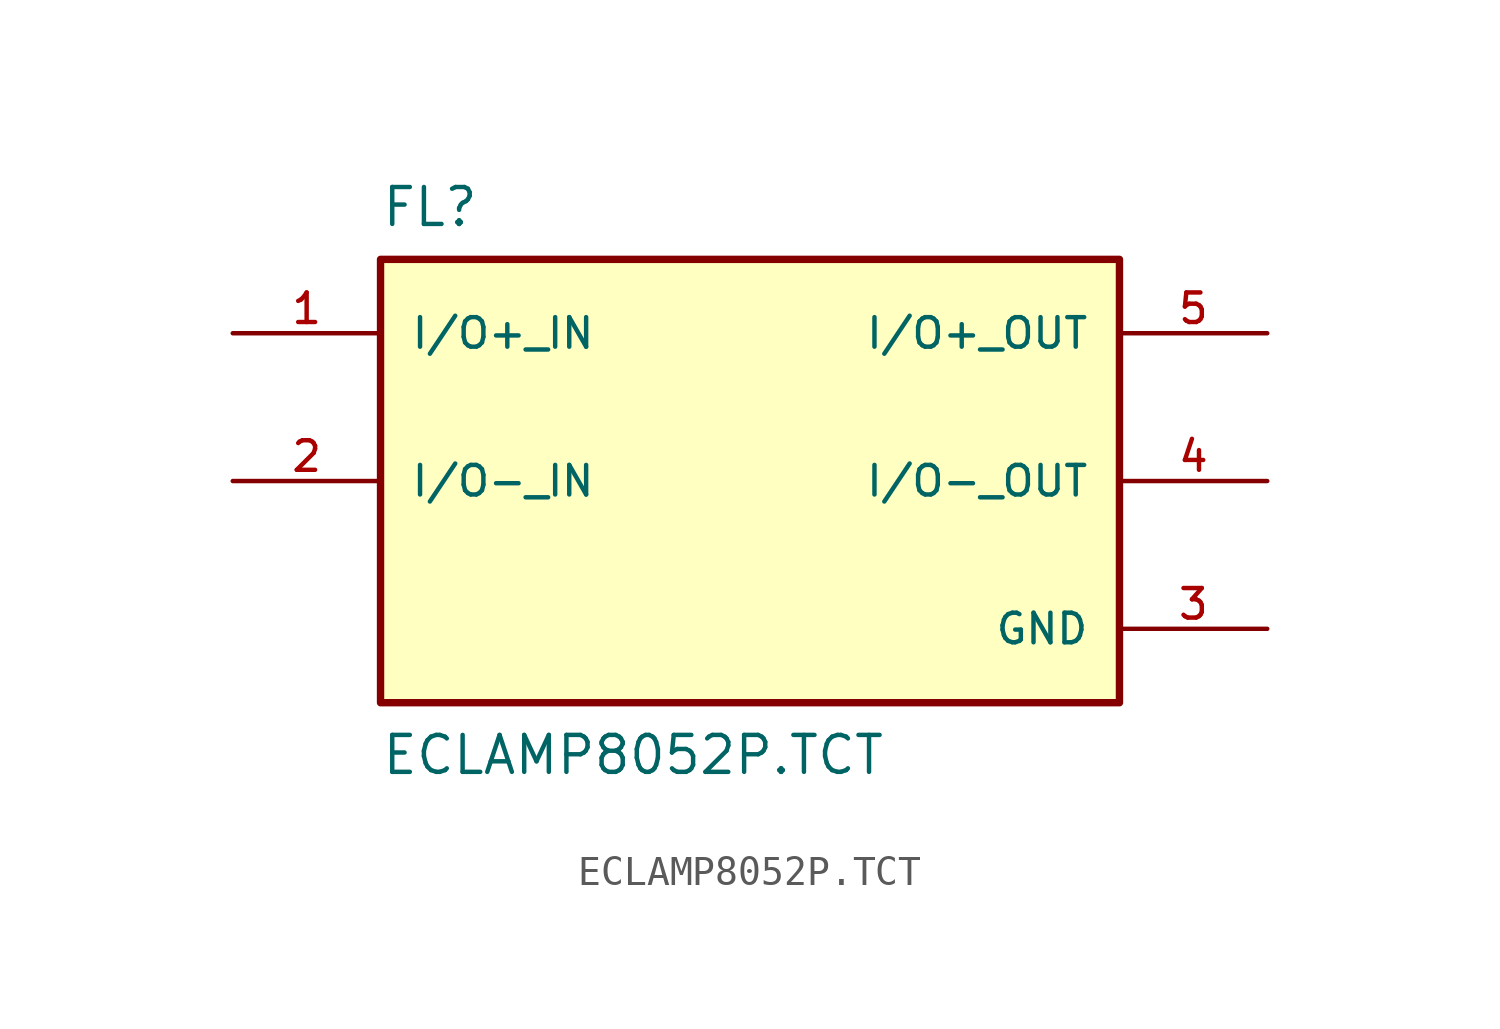
<source format=kicad_sym>
(kicad_symbol_lib
  (version 20211014)
  (generator kicad_symbol_editor)
  (symbol "ECLAMP8052P.TCT"
    (pin_names
      (offset 1.016))
    (property "Reference" "FL"
      (at -12.7 10.16 0)
      (effects (font (size 1.27 1.27)) (justify top left)))
    (property "Value" "ECLAMP8052P.TCT"
      (at -12.7 -10.16 0)
      (effects (font (size 1.27 1.27)) (justify bottom left)))
    (symbol "ECLAMP8052P.TCT_0_0"
      (rectangle (start -12.7 -7.62) (end 12.7 7.62) (stroke (width 0.254)) (fill (type background)))
      (pin input line (at -17.78 5.08 0) (length 5.08) (name "I/O+_IN" (effects (font (size 1.016 1.016)))) (number "1" (effects (font (size 1.016 1.016)))))
      (pin input line (at -17.78 0.0 0) (length 5.08) (name "I/O-_IN" (effects (font (size 1.016 1.016)))) (number "2" (effects (font (size 1.016 1.016)))))
      (pin output line (at 17.78 5.08 180.0) (length 5.08) (name "I/O+_OUT" (effects (font (size 1.016 1.016)))) (number "5" (effects (font (size 1.016 1.016)))))
      (pin output line (at 17.78 0.0 180.0) (length 5.08) (name "I/O-_OUT" (effects (font (size 1.016 1.016)))) (number "4" (effects (font (size 1.016 1.016)))))
      (pin power_in line (at 17.78 -5.08 180.0) (length 5.08) (name "GND" (effects (font (size 1.016 1.016)))) (number "3" (effects (font (size 1.016 1.016))))))))
</source>
